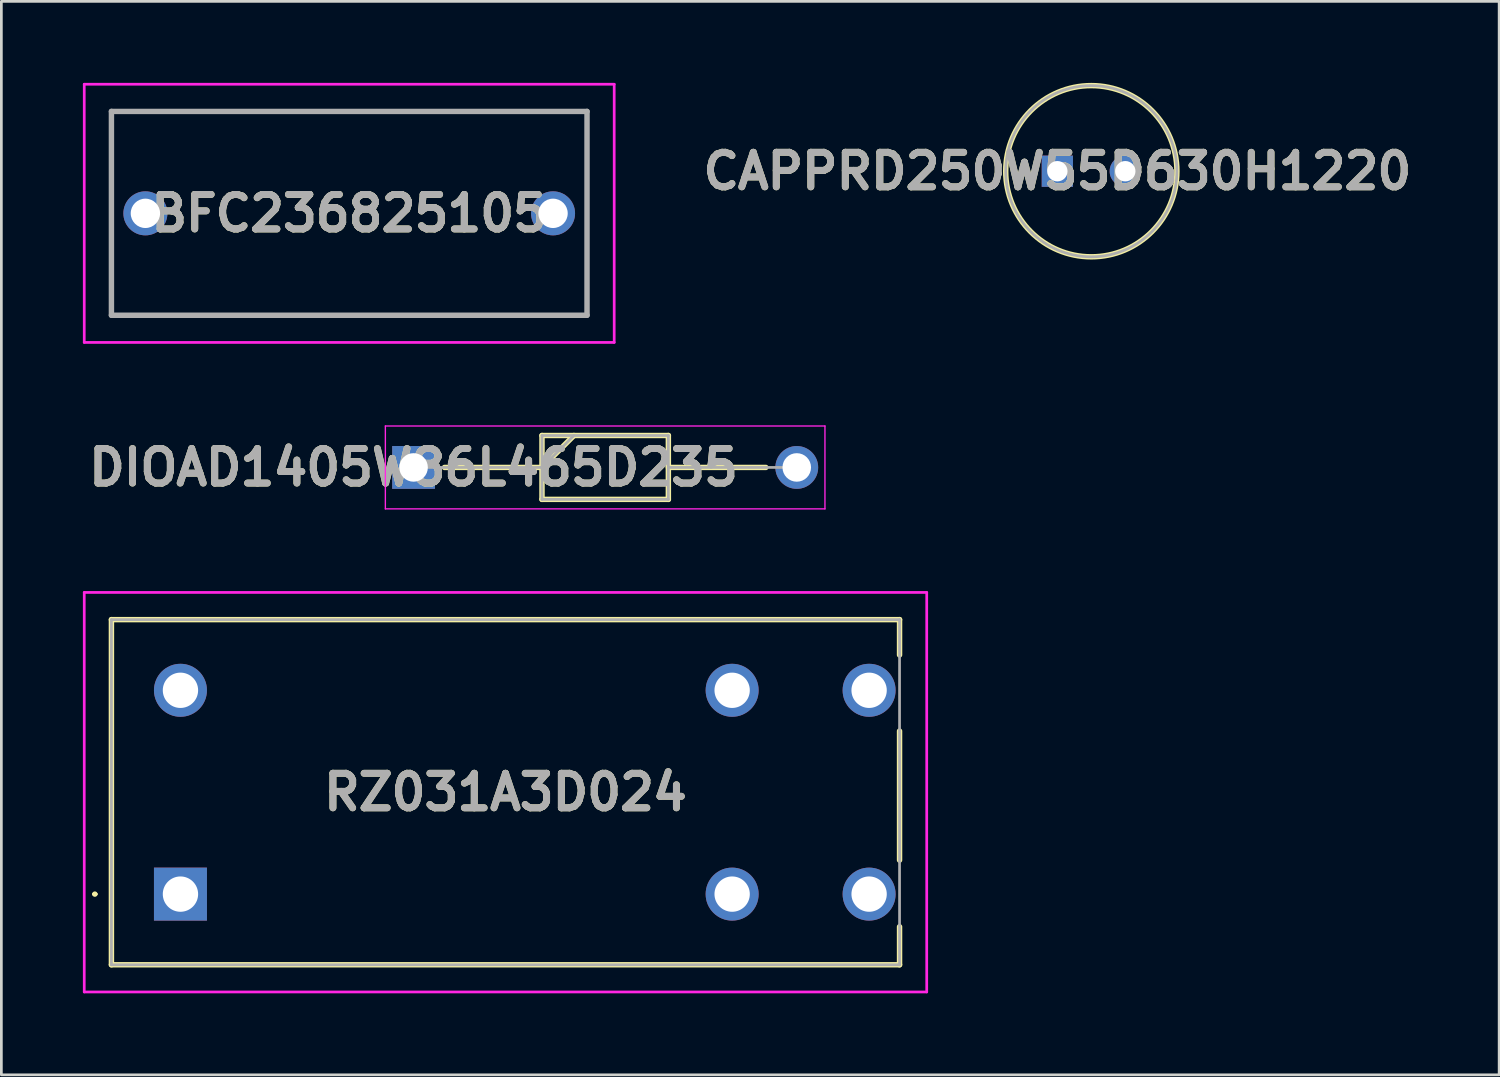
<source format=kicad_pcb>
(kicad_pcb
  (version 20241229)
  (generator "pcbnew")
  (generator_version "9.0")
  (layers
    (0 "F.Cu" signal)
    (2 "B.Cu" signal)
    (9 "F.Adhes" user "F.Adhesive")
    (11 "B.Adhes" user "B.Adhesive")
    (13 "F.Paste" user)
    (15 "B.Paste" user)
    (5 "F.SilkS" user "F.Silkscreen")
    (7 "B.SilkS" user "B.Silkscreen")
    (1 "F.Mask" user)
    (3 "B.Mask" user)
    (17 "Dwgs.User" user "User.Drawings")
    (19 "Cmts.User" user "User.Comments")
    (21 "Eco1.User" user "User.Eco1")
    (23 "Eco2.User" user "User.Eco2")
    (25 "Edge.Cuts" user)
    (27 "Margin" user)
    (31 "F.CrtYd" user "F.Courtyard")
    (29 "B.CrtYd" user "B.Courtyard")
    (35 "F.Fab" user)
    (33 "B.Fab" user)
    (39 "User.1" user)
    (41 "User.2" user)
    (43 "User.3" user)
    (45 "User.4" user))
  (footprint "DIOAD1405W86L465D235"
    (layer "F.Cu")
    (at 12.168 14.15)
    (property "Reference" "DIOAD1405W86L465D235" (at 0 0 0) (layer "F.SilkS") (effects (font (size 1.27 1.27) (thickness 0.254))))
    (attr through_hole)
    (fp_line (start 1.138 0) (end 4.725 0) (stroke (width 0.2) (type solid)) (layer "F.SilkS"))
    (fp_line (start 4.725 -1.175) (end 9.375 -1.175) (stroke (width 0.2) (type solid)) (layer "F.SilkS"))
    (fp_line (start 4.725 0) (end 5.9 -1.175) (stroke (width 0.2) (type solid)) (layer "F.SilkS"))
    (fp_line (start 4.725 1.175) (end 4.725 -1.175) (stroke (width 0.2) (type solid)) (layer "F.SilkS"))
    (fp_line (start 9.375 -1.175) (end 9.375 1.175) (stroke (width 0.2) (type solid)) (layer "F.SilkS"))
    (fp_line (start 9.375 0) (end 12.962 0) (stroke (width 0.2) (type solid)) (layer "F.SilkS"))
    (fp_line (start 9.375 1.175) (end 4.725 1.175) (stroke (width 0.2) (type solid)) (layer "F.SilkS"))
    (fp_line (start -1.038 -1.525) (end 15.137 -1.525) (stroke (width 0.05) (type solid)) (layer "F.CrtYd"))
    (fp_line (start -1.038 1.525) (end -1.038 -1.525) (stroke (width 0.05) (type solid)) (layer "F.CrtYd"))
    (fp_line (start 15.137 -1.525) (end 15.137 1.525) (stroke (width 0.05) (type solid)) (layer "F.CrtYd"))
    (fp_line (start 15.137 1.525) (end -1.038 1.525) (stroke (width 0.05) (type solid)) (layer "F.CrtYd"))
    (fp_line (start 0 0) (end 4.725 0) (stroke (width 0.1) (type solid)) (layer "F.Fab"))
    (fp_line (start 4.725 -1.175) (end 9.375 -1.175) (stroke (width 0.1) (type solid)) (layer "F.Fab"))
    (fp_line (start 4.725 0) (end 5.9 -1.175) (stroke (width 0.1) (type solid)) (layer "F.Fab"))
    (fp_line (start 4.725 1.175) (end 4.725 -1.175) (stroke (width 0.1) (type solid)) (layer "F.Fab"))
    (fp_line (start 9.375 -1.175) (end 9.375 1.175) (stroke (width 0.1) (type solid)) (layer "F.Fab"))
    (fp_line (start 9.375 0) (end 14.1 0) (stroke (width 0.1) (type solid)) (layer "F.Fab"))
    (fp_line (start 9.375 1.175) (end 4.725 1.175) (stroke (width 0.1) (type solid)) (layer "F.Fab"))
    (fp_text user "${REFERENCE}" (at 0 0 0) (layer "F.Fab") (effects (font (size 1.27 1.27) (thickness 0.254))))
    (pad "1" thru_hole rect (at 0 0) (size 1.575 1.575) (drill 1.05) (layers "*.Cu" "*.Mask"))
    (pad "2" thru_hole circle (at 14.1 0) (size 1.575 1.575) (drill 1.05) (layers "*.Cu" "*.Mask")))
  (footprint "CAPPRD250W55D630H1220"
    (layer "F.Cu")
    (at 35.856 3.25)
    (property "Reference" "CAPPRD250W55D630H1220" (at 0 0 0) (layer "F.SilkS") (effects (font (size 1.27 1.27) (thickness 0.254))))
    (attr through_hole)
    (fp_circle (center 1.25 0) (end 1.25 3.15) (stroke (width 0.2) (type solid)) (fill no) (layer "F.SilkS"))
    (fp_circle (center 1.25 0) (end 1.25 3.15) (stroke (width 0.1) (type solid)) (fill no) (layer "F.Fab"))
    (fp_text user "${REFERENCE}" (at 0 0 0) (layer "F.Fab") (effects (font (size 1.27 1.27) (thickness 0.254))))
    (pad "1" thru_hole rect (at 0 0) (size 1.15 1.15) (drill 0.75) (layers "*.Cu" "*.Mask"))
    (pad "2" thru_hole circle (at 2.5 0) (size 1.15 1.15) (drill 0.75) (layers "*.Cu" "*.Mask")))
  (footprint "RZ031A3D024"
    (layer "F.Cu")
    (at 3.59 29.85)
    (property "Reference" "RZ031A3D024" (at 11.96 -3.75 0) (layer "F.SilkS") (effects (font (size 1.27 1.27) (thickness 0.254))))
    (attr through_hole)
    (fp_line (start -3.2 0) (end -3.2 0) (stroke (width 0.1) (type solid)) (layer "F.SilkS"))
    (fp_line (start -3.1 0) (end -3.1 0) (stroke (width 0.1) (type solid)) (layer "F.SilkS"))
    (fp_line (start -2.54 -10.1) (end -2.54 2.6) (stroke (width 0.2) (type solid)) (layer "F.SilkS"))
    (fp_line (start -2.54 2.6) (end 26.46 2.6) (stroke (width 0.2) (type solid)) (layer "F.SilkS"))
    (fp_line (start 26.46 -10.1) (end -2.54 -10.1) (stroke (width 0.2) (type solid)) (layer "F.SilkS"))
    (fp_line (start 26.46 -8.8) (end 26.46 -10.1) (stroke (width 0.2) (type solid)) (layer "F.SilkS"))
    (fp_line (start 26.46 -6) (end 26.46 -1.25) (stroke (width 0.2) (type solid)) (layer "F.SilkS"))
    (fp_line (start 26.46 2.6) (end 26.46 1.2) (stroke (width 0.2) (type solid)) (layer "F.SilkS"))
    (fp_arc (start -3.2 0) (mid -3.15 -0.05) (end -3.1 0) (stroke (width 0.1) (type solid)) (layer "F.SilkS"))
    (fp_arc (start -3.1 0) (mid -3.15 0.05) (end -3.2 0) (stroke (width 0.1) (type solid)) (layer "F.SilkS"))
    (fp_line (start -3.54 -11.1) (end -3.54 3.6) (stroke (width 0.1) (type solid)) (layer "F.CrtYd"))
    (fp_line (start -3.54 3.6) (end 27.46 3.6) (stroke (width 0.1) (type solid)) (layer "F.CrtYd"))
    (fp_line (start 27.46 -11.1) (end -3.54 -11.1) (stroke (width 0.1) (type solid)) (layer "F.CrtYd"))
    (fp_line (start 27.46 3.6) (end 27.46 -11.1) (stroke (width 0.1) (type solid)) (layer "F.CrtYd"))
    (fp_line (start -2.54 -10.1) (end 26.46 -10.1) (stroke (width 0.1) (type solid)) (layer "F.Fab"))
    (fp_line (start -2.54 2.6) (end -2.54 -10.1) (stroke (width 0.1) (type solid)) (layer "F.Fab"))
    (fp_line (start 26.46 -10.1) (end 26.46 2.6) (stroke (width 0.1) (type solid)) (layer "F.Fab"))
    (fp_line (start 26.46 2.6) (end -2.54 2.6) (stroke (width 0.1) (type solid)) (layer "F.Fab"))
    (fp_text user "${REFERENCE}" (at 11.96 -3.75 0) (layer "F.Fab") (effects (font (size 1.27 1.27) (thickness 0.254))))
    (pad "11" thru_hole circle (at 20.3 -7.5) (size 1.95 1.95) (drill 1.3) (layers "*.Cu" "*.Mask"))
    (pad "14" thru_hole circle (at 25.34 -7.5) (size 1.95 1.95) (drill 1.3) (layers "*.Cu" "*.Mask"))
    (pad "21" thru_hole circle (at 20.3 0) (size 1.95 1.95) (drill 1.3) (layers "*.Cu" "*.Mask"))
    (pad "24" thru_hole circle (at 25.34 0) (size 1.95 1.95) (drill 1.3) (layers "*.Cu" "*.Mask"))
    (pad "A1" thru_hole rect (at 0 0) (size 1.95 1.95) (drill 1.3) (layers "*.Cu" "*.Mask"))
    (pad "A2" thru_hole circle (at 0 -7.5) (size 1.95 1.95) (drill 1.3) (layers "*.Cu" "*.Mask")))
  (footprint "BFC236825105"
    (layer "F.Cu")
    (at 2.3 4.8)
    (property "Reference" "BFC236825105" (at 7.5 0 0) (layer "F.SilkS") (effects (font (size 1.27 1.27) (thickness 0.254))))
    (attr through_hole)
    (fp_line (start -1.25 -3.75) (end 16.25 -3.75) (stroke (width 0.1) (type solid)) (layer "F.SilkS"))
    (fp_line (start -1.25 3.75) (end -1.25 -3.75) (stroke (width 0.1) (type solid)) (layer "F.SilkS"))
    (fp_line (start 16.25 -3.75) (end 16.25 3.75) (stroke (width 0.1) (type solid)) (layer "F.SilkS"))
    (fp_line (start 16.25 3.75) (end -1.25 3.75) (stroke (width 0.1) (type solid)) (layer "F.SilkS"))
    (fp_line (start -2.25 -4.75) (end 17.25 -4.75) (stroke (width 0.1) (type solid)) (layer "F.CrtYd"))
    (fp_line (start -2.25 4.75) (end -2.25 -4.75) (stroke (width 0.1) (type solid)) (layer "F.CrtYd"))
    (fp_line (start 17.25 -4.75) (end 17.25 4.75) (stroke (width 0.1) (type solid)) (layer "F.CrtYd"))
    (fp_line (start 17.25 4.75) (end -2.25 4.75) (stroke (width 0.1) (type solid)) (layer "F.CrtYd"))
    (fp_line (start -1.25 -3.75) (end -1.25 3.75) (stroke (width 0.2) (type solid)) (layer "F.Fab"))
    (fp_line (start -1.25 3.75) (end 16.25 3.75) (stroke (width 0.2) (type solid)) (layer "F.Fab"))
    (fp_line (start 16.25 -3.75) (end -1.25 -3.75) (stroke (width 0.2) (type solid)) (layer "F.Fab"))
    (fp_line (start 16.25 3.75) (end 16.25 -3.75) (stroke (width 0.2) (type solid)) (layer "F.Fab"))
    (fp_text user "${REFERENCE}" (at 7.5 0 0) (layer "F.Fab") (effects (font (size 1.27 1.27) (thickness 0.254))))
    (pad "1" thru_hole circle (at 0 0) (size 1.62 1.62) (drill 1.08) (layers "*.Cu" "*.Mask"))
    (pad "2" thru_hole circle (at 15 0) (size 1.62 1.62) (drill 1.08) (layers "*.Cu" "*.Mask")))
  (gr_rect
    (start -3 -3)
    (end 52.113 36.5)
    (stroke (width 0.1) (type default))
    (fill no)
    (layer "Edge.Cuts")))
</source>
